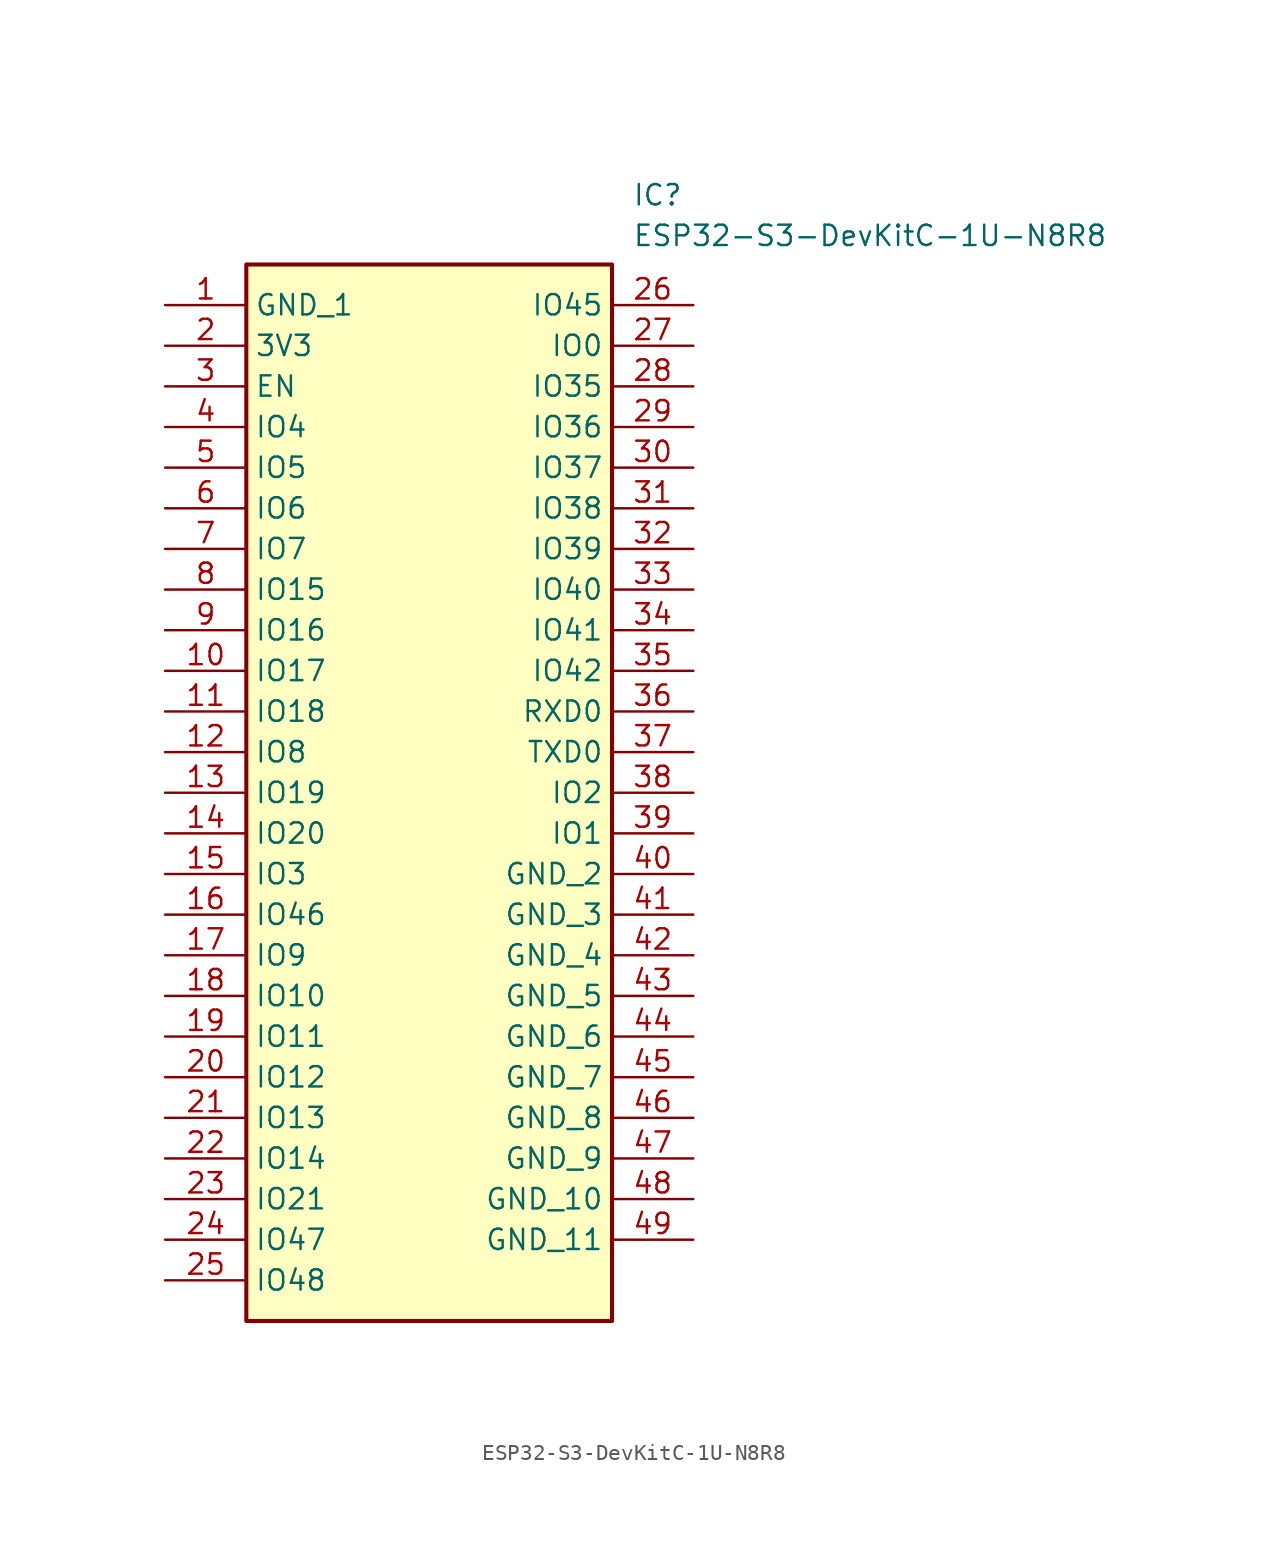
<source format=kicad_sym>
(kicad_symbol_lib
  (version 20211014)
  (generator SamacSys_ECAD_Model)
  (symbol "ESP32-S3-DevKitC-1U-N8R8"
    (property "Reference" "IC"
      (at 29.21 7.62 0)
      (effects (font (size 1.27 1.27)) (justify left top)))
    (property "Value" "ESP32-S3-DevKitC-1U-N8R8"
      (at 29.21 5.08 0)
      (effects (font (size 1.27 1.27)) (justify left top)))
    (rectangle
      (start 5.08 2.54)
      (end 27.94 -63.5)
      (stroke (width 0.254) (type default))
      (fill (type background)))
    (pin passive line
      (at 0 0 0)
      (length 5.08)
      (name "GND_1" (effects (font (size 1.27 1.27))))
      (number "1" (effects (font (size 1.27 1.27)))))
    (pin passive line
      (at 0 -2.54 0)
      (length 5.08)
      (name "3V3" (effects (font (size 1.27 1.27))))
      (number "2" (effects (font (size 1.27 1.27)))))
    (pin passive line
      (at 0 -5.08 0)
      (length 5.08)
      (name "EN" (effects (font (size 1.27 1.27))))
      (number "3" (effects (font (size 1.27 1.27)))))
    (pin passive line
      (at 0 -7.62 0)
      (length 5.08)
      (name "IO4" (effects (font (size 1.27 1.27))))
      (number "4" (effects (font (size 1.27 1.27)))))
    (pin passive line
      (at 0 -10.16 0)
      (length 5.08)
      (name "IO5" (effects (font (size 1.27 1.27))))
      (number "5" (effects (font (size 1.27 1.27)))))
    (pin passive line
      (at 0 -12.7 0)
      (length 5.08)
      (name "IO6" (effects (font (size 1.27 1.27))))
      (number "6" (effects (font (size 1.27 1.27)))))
    (pin passive line
      (at 0 -15.24 0)
      (length 5.08)
      (name "IO7" (effects (font (size 1.27 1.27))))
      (number "7" (effects (font (size 1.27 1.27)))))
    (pin passive line
      (at 0 -17.78 0)
      (length 5.08)
      (name "IO15" (effects (font (size 1.27 1.27))))
      (number "8" (effects (font (size 1.27 1.27)))))
    (pin passive line
      (at 0 -20.32 0)
      (length 5.08)
      (name "IO16" (effects (font (size 1.27 1.27))))
      (number "9" (effects (font (size 1.27 1.27)))))
    (pin passive line
      (at 0 -22.86 0)
      (length 5.08)
      (name "IO17" (effects (font (size 1.27 1.27))))
      (number "10" (effects (font (size 1.27 1.27)))))
    (pin passive line
      (at 0 -25.4 0)
      (length 5.08)
      (name "IO18" (effects (font (size 1.27 1.27))))
      (number "11" (effects (font (size 1.27 1.27)))))
    (pin passive line
      (at 0 -27.94 0)
      (length 5.08)
      (name "IO8" (effects (font (size 1.27 1.27))))
      (number "12" (effects (font (size 1.27 1.27)))))
    (pin passive line
      (at 0 -30.48 0)
      (length 5.08)
      (name "IO19" (effects (font (size 1.27 1.27))))
      (number "13" (effects (font (size 1.27 1.27)))))
    (pin passive line
      (at 0 -33.02 0)
      (length 5.08)
      (name "IO20" (effects (font (size 1.27 1.27))))
      (number "14" (effects (font (size 1.27 1.27)))))
    (pin passive line
      (at 0 -35.56 0)
      (length 5.08)
      (name "IO3" (effects (font (size 1.27 1.27))))
      (number "15" (effects (font (size 1.27 1.27)))))
    (pin passive line
      (at 0 -38.1 0)
      (length 5.08)
      (name "IO46" (effects (font (size 1.27 1.27))))
      (number "16" (effects (font (size 1.27 1.27)))))
    (pin passive line
      (at 0 -40.64 0)
      (length 5.08)
      (name "IO9" (effects (font (size 1.27 1.27))))
      (number "17" (effects (font (size 1.27 1.27)))))
    (pin passive line
      (at 0 -43.18 0)
      (length 5.08)
      (name "IO10" (effects (font (size 1.27 1.27))))
      (number "18" (effects (font (size 1.27 1.27)))))
    (pin passive line
      (at 0 -45.72 0)
      (length 5.08)
      (name "IO11" (effects (font (size 1.27 1.27))))
      (number "19" (effects (font (size 1.27 1.27)))))
    (pin passive line
      (at 0 -48.26 0)
      (length 5.08)
      (name "IO12" (effects (font (size 1.27 1.27))))
      (number "20" (effects (font (size 1.27 1.27)))))
    (pin passive line
      (at 0 -50.8 0)
      (length 5.08)
      (name "IO13" (effects (font (size 1.27 1.27))))
      (number "21" (effects (font (size 1.27 1.27)))))
    (pin passive line
      (at 0 -53.34 0)
      (length 5.08)
      (name "IO14" (effects (font (size 1.27 1.27))))
      (number "22" (effects (font (size 1.27 1.27)))))
    (pin passive line
      (at 0 -55.88 0)
      (length 5.08)
      (name "IO21" (effects (font (size 1.27 1.27))))
      (number "23" (effects (font (size 1.27 1.27)))))
    (pin passive line
      (at 0 -58.42 0)
      (length 5.08)
      (name "IO47" (effects (font (size 1.27 1.27))))
      (number "24" (effects (font (size 1.27 1.27)))))
    (pin passive line
      (at 0 -60.96 0)
      (length 5.08)
      (name "IO48" (effects (font (size 1.27 1.27))))
      (number "25" (effects (font (size 1.27 1.27)))))
    (pin passive line
      (at 33.02 0 180)
      (length 5.08)
      (name "IO45" (effects (font (size 1.27 1.27))))
      (number "26" (effects (font (size 1.27 1.27)))))
    (pin passive line
      (at 33.02 -2.54 180)
      (length 5.08)
      (name "IO0" (effects (font (size 1.27 1.27))))
      (number "27" (effects (font (size 1.27 1.27)))))
    (pin passive line
      (at 33.02 -5.08 180)
      (length 5.08)
      (name "IO35" (effects (font (size 1.27 1.27))))
      (number "28" (effects (font (size 1.27 1.27)))))
    (pin passive line
      (at 33.02 -7.62 180)
      (length 5.08)
      (name "IO36" (effects (font (size 1.27 1.27))))
      (number "29" (effects (font (size 1.27 1.27)))))
    (pin passive line
      (at 33.02 -10.16 180)
      (length 5.08)
      (name "IO37" (effects (font (size 1.27 1.27))))
      (number "30" (effects (font (size 1.27 1.27)))))
    (pin passive line
      (at 33.02 -12.7 180)
      (length 5.08)
      (name "IO38" (effects (font (size 1.27 1.27))))
      (number "31" (effects (font (size 1.27 1.27)))))
    (pin passive line
      (at 33.02 -15.24 180)
      (length 5.08)
      (name "IO39" (effects (font (size 1.27 1.27))))
      (number "32" (effects (font (size 1.27 1.27)))))
    (pin passive line
      (at 33.02 -17.78 180)
      (length 5.08)
      (name "IO40" (effects (font (size 1.27 1.27))))
      (number "33" (effects (font (size 1.27 1.27)))))
    (pin passive line
      (at 33.02 -20.32 180)
      (length 5.08)
      (name "IO41" (effects (font (size 1.27 1.27))))
      (number "34" (effects (font (size 1.27 1.27)))))
    (pin passive line
      (at 33.02 -22.86 180)
      (length 5.08)
      (name "IO42" (effects (font (size 1.27 1.27))))
      (number "35" (effects (font (size 1.27 1.27)))))
    (pin passive line
      (at 33.02 -25.4 180)
      (length 5.08)
      (name "RXD0" (effects (font (size 1.27 1.27))))
      (number "36" (effects (font (size 1.27 1.27)))))
    (pin passive line
      (at 33.02 -27.94 180)
      (length 5.08)
      (name "TXD0" (effects (font (size 1.27 1.27))))
      (number "37" (effects (font (size 1.27 1.27)))))
    (pin passive line
      (at 33.02 -30.48 180)
      (length 5.08)
      (name "IO2" (effects (font (size 1.27 1.27))))
      (number "38" (effects (font (size 1.27 1.27)))))
    (pin passive line
      (at 33.02 -33.02 180)
      (length 5.08)
      (name "IO1" (effects (font (size 1.27 1.27))))
      (number "39" (effects (font (size 1.27 1.27)))))
    (pin passive line
      (at 33.02 -35.56 180)
      (length 5.08)
      (name "GND_2" (effects (font (size 1.27 1.27))))
      (number "40" (effects (font (size 1.27 1.27)))))
    (pin passive line
      (at 33.02 -38.1 180)
      (length 5.08)
      (name "GND_3" (effects (font (size 1.27 1.27))))
      (number "41" (effects (font (size 1.27 1.27)))))
    (pin passive line
      (at 33.02 -40.64 180)
      (length 5.08)
      (name "GND_4" (effects (font (size 1.27 1.27))))
      (number "42" (effects (font (size 1.27 1.27)))))
    (pin passive line
      (at 33.02 -43.18 180)
      (length 5.08)
      (name "GND_5" (effects (font (size 1.27 1.27))))
      (number "43" (effects (font (size 1.27 1.27)))))
    (pin passive line
      (at 33.02 -45.72 180)
      (length 5.08)
      (name "GND_6" (effects (font (size 1.27 1.27))))
      (number "44" (effects (font (size 1.27 1.27)))))
    (pin passive line
      (at 33.02 -48.26 180)
      (length 5.08)
      (name "GND_7" (effects (font (size 1.27 1.27))))
      (number "45" (effects (font (size 1.27 1.27)))))
    (pin passive line
      (at 33.02 -50.8 180)
      (length 5.08)
      (name "GND_8" (effects (font (size 1.27 1.27))))
      (number "46" (effects (font (size 1.27 1.27)))))
    (pin passive line
      (at 33.02 -53.34 180)
      (length 5.08)
      (name "GND_9" (effects (font (size 1.27 1.27))))
      (number "47" (effects (font (size 1.27 1.27)))))
    (pin passive line
      (at 33.02 -55.88 180)
      (length 5.08)
      (name "GND_10" (effects (font (size 1.27 1.27))))
      (number "48" (effects (font (size 1.27 1.27)))))
    (pin passive line
      (at 33.02 -58.42 180)
      (length 5.08)
      (name "GND_11" (effects (font (size 1.27 1.27))))
      (number "49" (effects (font (size 1.27 1.27)))))))
</source>
